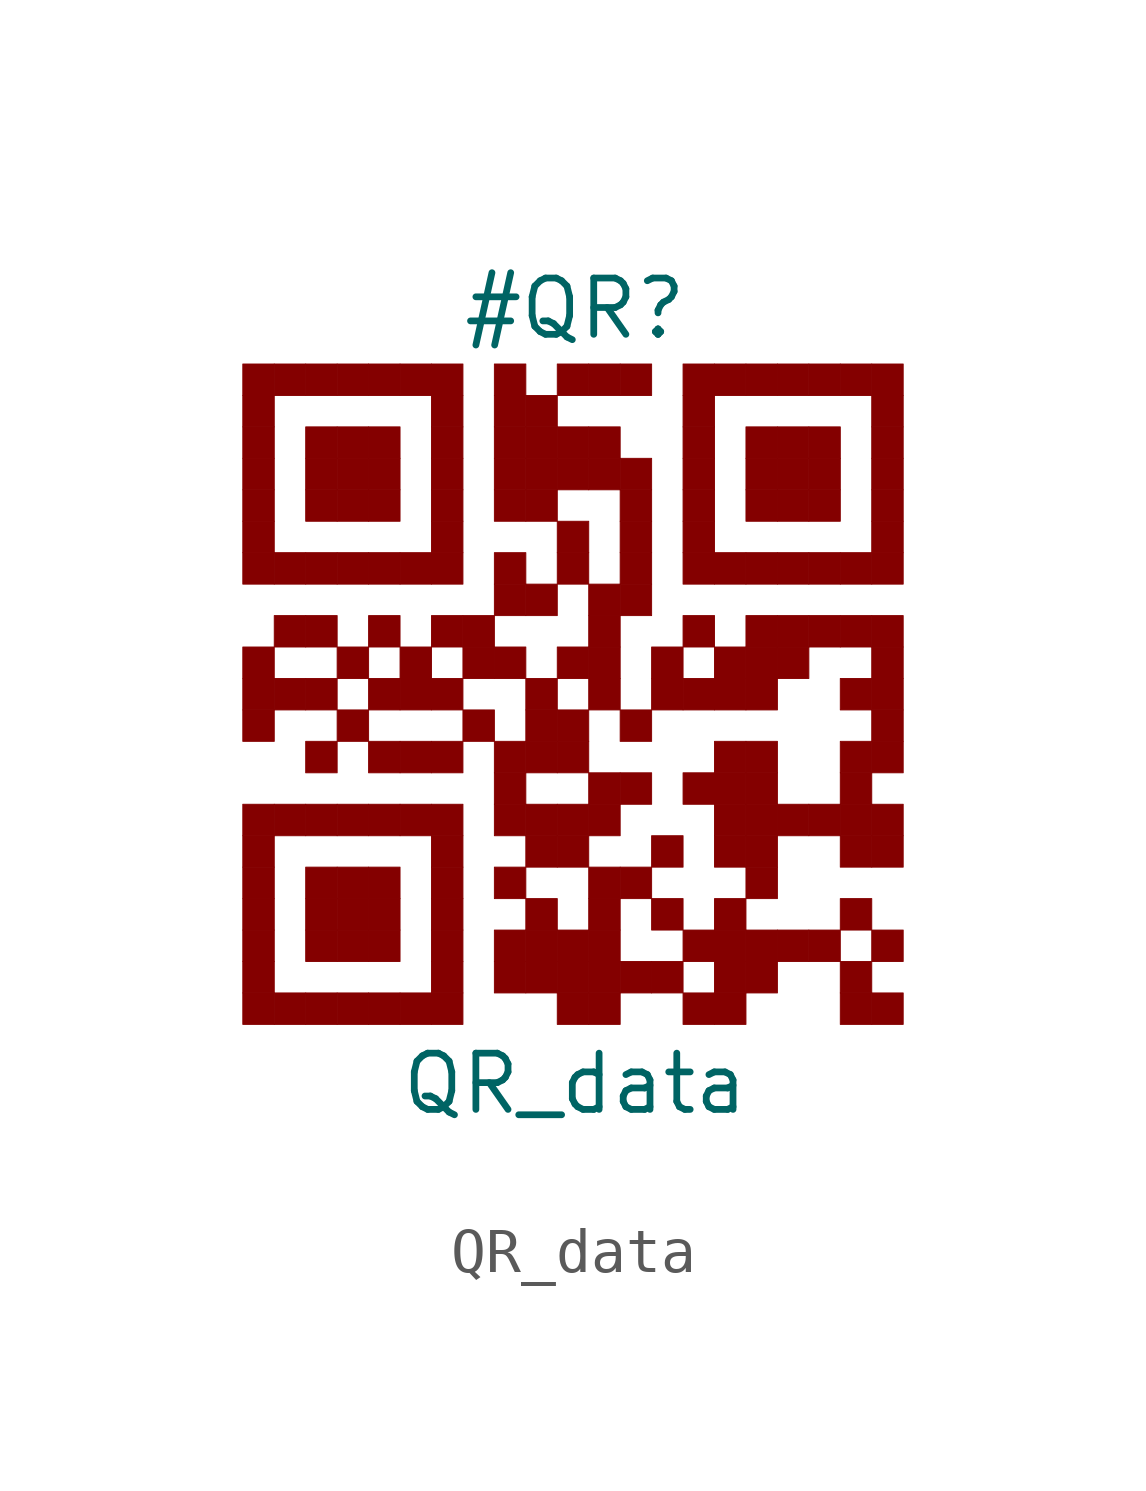
<source format=kicad_sym>
(kicad_symbol_lib
  (version 20211014)
  (generator kibot)
  (symbol "QR_data"
    (pin_numbers hide)
    (pin_names hide)
    (property "Reference" "#QR"
      (at 0 8.75 0)
      (effects (font (size 1.27 1.27))))
    (property "Value" "QR_data"
      (at 0 -8.75 0)
      (effects (font (size 1.27 1.27))))
    (rectangle
      (start -7.5 7.5)
      (end -6.79 6.79)
      (stroke (width 0.001) (type default))
      (fill (type outline)))
    (rectangle
      (start -6.79 7.5)
      (end -6.08 6.79)
      (stroke (width 0.001) (type default))
      (fill (type outline)))
    (rectangle
      (start -6.08 7.5)
      (end -5.37 6.79)
      (stroke (width 0.001) (type default))
      (fill (type outline)))
    (rectangle
      (start -5.37 7.5)
      (end -4.66 6.79)
      (stroke (width 0.001) (type default))
      (fill (type outline)))
    (rectangle
      (start -4.66 7.5)
      (end -3.95 6.79)
      (stroke (width 0.001) (type default))
      (fill (type outline)))
    (rectangle
      (start -3.95 7.5)
      (end -3.24 6.79)
      (stroke (width 0.001) (type default))
      (fill (type outline)))
    (rectangle
      (start -3.24 7.5)
      (end -2.53 6.79)
      (stroke (width 0.001) (type default))
      (fill (type outline)))
    (rectangle
      (start -1.82 7.5)
      (end -1.11 6.79)
      (stroke (width 0.001) (type default))
      (fill (type outline)))
    (rectangle
      (start -0.4 7.5)
      (end 0.31 6.79)
      (stroke (width 0.001) (type default))
      (fill (type outline)))
    (rectangle
      (start 0.31 7.5)
      (end 1.02 6.79)
      (stroke (width 0.001) (type default))
      (fill (type outline)))
    (rectangle
      (start 1.02 7.5)
      (end 1.73 6.79)
      (stroke (width 0.001) (type default))
      (fill (type outline)))
    (rectangle
      (start 2.44 7.5)
      (end 3.15 6.79)
      (stroke (width 0.001) (type default))
      (fill (type outline)))
    (rectangle
      (start 3.15 7.5)
      (end 3.86 6.79)
      (stroke (width 0.001) (type default))
      (fill (type outline)))
    (rectangle
      (start 3.86 7.5)
      (end 4.57 6.79)
      (stroke (width 0.001) (type default))
      (fill (type outline)))
    (rectangle
      (start 4.57 7.5)
      (end 5.28 6.79)
      (stroke (width 0.001) (type default))
      (fill (type outline)))
    (rectangle
      (start 5.28 7.5)
      (end 5.99 6.79)
      (stroke (width 0.001) (type default))
      (fill (type outline)))
    (rectangle
      (start 5.99 7.5)
      (end 6.7 6.79)
      (stroke (width 0.001) (type default))
      (fill (type outline)))
    (rectangle
      (start 6.7 7.5)
      (end 7.41 6.79)
      (stroke (width 0.001) (type default))
      (fill (type outline)))
    (rectangle
      (start -7.5 6.79)
      (end -6.79 6.08)
      (stroke (width 0.001) (type default))
      (fill (type outline)))
    (rectangle
      (start -3.24 6.79)
      (end -2.53 6.08)
      (stroke (width 0.001) (type default))
      (fill (type outline)))
    (rectangle
      (start -1.82 6.79)
      (end -1.11 6.08)
      (stroke (width 0.001) (type default))
      (fill (type outline)))
    (rectangle
      (start -1.11 6.79)
      (end -0.4 6.08)
      (stroke (width 0.001) (type default))
      (fill (type outline)))
    (rectangle
      (start 2.44 6.79)
      (end 3.15 6.08)
      (stroke (width 0.001) (type default))
      (fill (type outline)))
    (rectangle
      (start 6.7 6.79)
      (end 7.41 6.08)
      (stroke (width 0.001) (type default))
      (fill (type outline)))
    (rectangle
      (start -7.5 6.08)
      (end -6.79 5.37)
      (stroke (width 0.001) (type default))
      (fill (type outline)))
    (rectangle
      (start -6.08 6.08)
      (end -5.37 5.37)
      (stroke (width 0.001) (type default))
      (fill (type outline)))
    (rectangle
      (start -5.37 6.08)
      (end -4.66 5.37)
      (stroke (width 0.001) (type default))
      (fill (type outline)))
    (rectangle
      (start -4.66 6.08)
      (end -3.95 5.37)
      (stroke (width 0.001) (type default))
      (fill (type outline)))
    (rectangle
      (start -3.24 6.08)
      (end -2.53 5.37)
      (stroke (width 0.001) (type default))
      (fill (type outline)))
    (rectangle
      (start -1.82 6.08)
      (end -1.11 5.37)
      (stroke (width 0.001) (type default))
      (fill (type outline)))
    (rectangle
      (start -1.11 6.08)
      (end -0.4 5.37)
      (stroke (width 0.001) (type default))
      (fill (type outline)))
    (rectangle
      (start -0.4 6.08)
      (end 0.31 5.37)
      (stroke (width 0.001) (type default))
      (fill (type outline)))
    (rectangle
      (start 0.31 6.08)
      (end 1.02 5.37)
      (stroke (width 0.001) (type default))
      (fill (type outline)))
    (rectangle
      (start 2.44 6.08)
      (end 3.15 5.37)
      (stroke (width 0.001) (type default))
      (fill (type outline)))
    (rectangle
      (start 3.86 6.08)
      (end 4.57 5.37)
      (stroke (width 0.001) (type default))
      (fill (type outline)))
    (rectangle
      (start 4.57 6.08)
      (end 5.28 5.37)
      (stroke (width 0.001) (type default))
      (fill (type outline)))
    (rectangle
      (start 5.28 6.08)
      (end 5.99 5.37)
      (stroke (width 0.001) (type default))
      (fill (type outline)))
    (rectangle
      (start 6.7 6.08)
      (end 7.41 5.37)
      (stroke (width 0.001) (type default))
      (fill (type outline)))
    (rectangle
      (start -7.5 5.37)
      (end -6.79 4.66)
      (stroke (width 0.001) (type default))
      (fill (type outline)))
    (rectangle
      (start -6.08 5.37)
      (end -5.37 4.66)
      (stroke (width 0.001) (type default))
      (fill (type outline)))
    (rectangle
      (start -5.37 5.37)
      (end -4.66 4.66)
      (stroke (width 0.001) (type default))
      (fill (type outline)))
    (rectangle
      (start -4.66 5.37)
      (end -3.95 4.66)
      (stroke (width 0.001) (type default))
      (fill (type outline)))
    (rectangle
      (start -3.24 5.37)
      (end -2.53 4.66)
      (stroke (width 0.001) (type default))
      (fill (type outline)))
    (rectangle
      (start -1.82 5.37)
      (end -1.11 4.66)
      (stroke (width 0.001) (type default))
      (fill (type outline)))
    (rectangle
      (start -1.11 5.37)
      (end -0.4 4.66)
      (stroke (width 0.001) (type default))
      (fill (type outline)))
    (rectangle
      (start -0.4 5.37)
      (end 0.31 4.66)
      (stroke (width 0.001) (type default))
      (fill (type outline)))
    (rectangle
      (start 0.31 5.37)
      (end 1.02 4.66)
      (stroke (width 0.001) (type default))
      (fill (type outline)))
    (rectangle
      (start 1.02 5.37)
      (end 1.73 4.66)
      (stroke (width 0.001) (type default))
      (fill (type outline)))
    (rectangle
      (start 2.44 5.37)
      (end 3.15 4.66)
      (stroke (width 0.001) (type default))
      (fill (type outline)))
    (rectangle
      (start 3.86 5.37)
      (end 4.57 4.66)
      (stroke (width 0.001) (type default))
      (fill (type outline)))
    (rectangle
      (start 4.57 5.37)
      (end 5.28 4.66)
      (stroke (width 0.001) (type default))
      (fill (type outline)))
    (rectangle
      (start 5.28 5.37)
      (end 5.99 4.66)
      (stroke (width 0.001) (type default))
      (fill (type outline)))
    (rectangle
      (start 6.7 5.37)
      (end 7.41 4.66)
      (stroke (width 0.001) (type default))
      (fill (type outline)))
    (rectangle
      (start -7.5 4.66)
      (end -6.79 3.95)
      (stroke (width 0.001) (type default))
      (fill (type outline)))
    (rectangle
      (start -6.08 4.66)
      (end -5.37 3.95)
      (stroke (width 0.001) (type default))
      (fill (type outline)))
    (rectangle
      (start -5.37 4.66)
      (end -4.66 3.95)
      (stroke (width 0.001) (type default))
      (fill (type outline)))
    (rectangle
      (start -4.66 4.66)
      (end -3.95 3.95)
      (stroke (width 0.001) (type default))
      (fill (type outline)))
    (rectangle
      (start -3.24 4.66)
      (end -2.53 3.95)
      (stroke (width 0.001) (type default))
      (fill (type outline)))
    (rectangle
      (start -1.82 4.66)
      (end -1.11 3.95)
      (stroke (width 0.001) (type default))
      (fill (type outline)))
    (rectangle
      (start -1.11 4.66)
      (end -0.4 3.95)
      (stroke (width 0.001) (type default))
      (fill (type outline)))
    (rectangle
      (start 1.02 4.66)
      (end 1.73 3.95)
      (stroke (width 0.001) (type default))
      (fill (type outline)))
    (rectangle
      (start 2.44 4.66)
      (end 3.15 3.95)
      (stroke (width 0.001) (type default))
      (fill (type outline)))
    (rectangle
      (start 3.86 4.66)
      (end 4.57 3.95)
      (stroke (width 0.001) (type default))
      (fill (type outline)))
    (rectangle
      (start 4.57 4.66)
      (end 5.28 3.95)
      (stroke (width 0.001) (type default))
      (fill (type outline)))
    (rectangle
      (start 5.28 4.66)
      (end 5.99 3.95)
      (stroke (width 0.001) (type default))
      (fill (type outline)))
    (rectangle
      (start 6.7 4.66)
      (end 7.41 3.95)
      (stroke (width 0.001) (type default))
      (fill (type outline)))
    (rectangle
      (start -7.5 3.95)
      (end -6.79 3.24)
      (stroke (width 0.001) (type default))
      (fill (type outline)))
    (rectangle
      (start -3.24 3.95)
      (end -2.53 3.24)
      (stroke (width 0.001) (type default))
      (fill (type outline)))
    (rectangle
      (start -0.4 3.95)
      (end 0.31 3.24)
      (stroke (width 0.001) (type default))
      (fill (type outline)))
    (rectangle
      (start 1.02 3.95)
      (end 1.73 3.24)
      (stroke (width 0.001) (type default))
      (fill (type outline)))
    (rectangle
      (start 2.44 3.95)
      (end 3.15 3.24)
      (stroke (width 0.001) (type default))
      (fill (type outline)))
    (rectangle
      (start 6.7 3.95)
      (end 7.41 3.24)
      (stroke (width 0.001) (type default))
      (fill (type outline)))
    (rectangle
      (start -7.5 3.24)
      (end -6.79 2.53)
      (stroke (width 0.001) (type default))
      (fill (type outline)))
    (rectangle
      (start -6.79 3.24)
      (end -6.08 2.53)
      (stroke (width 0.001) (type default))
      (fill (type outline)))
    (rectangle
      (start -6.08 3.24)
      (end -5.37 2.53)
      (stroke (width 0.001) (type default))
      (fill (type outline)))
    (rectangle
      (start -5.37 3.24)
      (end -4.66 2.53)
      (stroke (width 0.001) (type default))
      (fill (type outline)))
    (rectangle
      (start -4.66 3.24)
      (end -3.95 2.53)
      (stroke (width 0.001) (type default))
      (fill (type outline)))
    (rectangle
      (start -3.95 3.24)
      (end -3.24 2.53)
      (stroke (width 0.001) (type default))
      (fill (type outline)))
    (rectangle
      (start -3.24 3.24)
      (end -2.53 2.53)
      (stroke (width 0.001) (type default))
      (fill (type outline)))
    (rectangle
      (start -1.82 3.24)
      (end -1.11 2.53)
      (stroke (width 0.001) (type default))
      (fill (type outline)))
    (rectangle
      (start -0.4 3.24)
      (end 0.31 2.53)
      (stroke (width 0.001) (type default))
      (fill (type outline)))
    (rectangle
      (start 1.02 3.24)
      (end 1.73 2.53)
      (stroke (width 0.001) (type default))
      (fill (type outline)))
    (rectangle
      (start 2.44 3.24)
      (end 3.15 2.53)
      (stroke (width 0.001) (type default))
      (fill (type outline)))
    (rectangle
      (start 3.15 3.24)
      (end 3.86 2.53)
      (stroke (width 0.001) (type default))
      (fill (type outline)))
    (rectangle
      (start 3.86 3.24)
      (end 4.57 2.53)
      (stroke (width 0.001) (type default))
      (fill (type outline)))
    (rectangle
      (start 4.57 3.24)
      (end 5.28 2.53)
      (stroke (width 0.001) (type default))
      (fill (type outline)))
    (rectangle
      (start 5.28 3.24)
      (end 5.99 2.53)
      (stroke (width 0.001) (type default))
      (fill (type outline)))
    (rectangle
      (start 5.99 3.24)
      (end 6.7 2.53)
      (stroke (width 0.001) (type default))
      (fill (type outline)))
    (rectangle
      (start 6.7 3.24)
      (end 7.41 2.53)
      (stroke (width 0.001) (type default))
      (fill (type outline)))
    (rectangle
      (start -1.82 2.53)
      (end -1.11 1.82)
      (stroke (width 0.001) (type default))
      (fill (type outline)))
    (rectangle
      (start -1.11 2.53)
      (end -0.4 1.82)
      (stroke (width 0.001) (type default))
      (fill (type outline)))
    (rectangle
      (start 0.31 2.53)
      (end 1.02 1.82)
      (stroke (width 0.001) (type default))
      (fill (type outline)))
    (rectangle
      (start 1.02 2.53)
      (end 1.73 1.82)
      (stroke (width 0.001) (type default))
      (fill (type outline)))
    (rectangle
      (start -6.79 1.82)
      (end -6.08 1.11)
      (stroke (width 0.001) (type default))
      (fill (type outline)))
    (rectangle
      (start -6.08 1.82)
      (end -5.37 1.11)
      (stroke (width 0.001) (type default))
      (fill (type outline)))
    (rectangle
      (start -4.66 1.82)
      (end -3.95 1.11)
      (stroke (width 0.001) (type default))
      (fill (type outline)))
    (rectangle
      (start -3.24 1.82)
      (end -2.53 1.11)
      (stroke (width 0.001) (type default))
      (fill (type outline)))
    (rectangle
      (start -2.53 1.82)
      (end -1.82 1.11)
      (stroke (width 0.001) (type default))
      (fill (type outline)))
    (rectangle
      (start 0.31 1.82)
      (end 1.02 1.11)
      (stroke (width 0.001) (type default))
      (fill (type outline)))
    (rectangle
      (start 2.44 1.82)
      (end 3.15 1.11)
      (stroke (width 0.001) (type default))
      (fill (type outline)))
    (rectangle
      (start 3.86 1.82)
      (end 4.57 1.11)
      (stroke (width 0.001) (type default))
      (fill (type outline)))
    (rectangle
      (start 4.57 1.82)
      (end 5.28 1.11)
      (stroke (width 0.001) (type default))
      (fill (type outline)))
    (rectangle
      (start 5.28 1.82)
      (end 5.99 1.11)
      (stroke (width 0.001) (type default))
      (fill (type outline)))
    (rectangle
      (start 5.99 1.82)
      (end 6.7 1.11)
      (stroke (width 0.001) (type default))
      (fill (type outline)))
    (rectangle
      (start 6.7 1.82)
      (end 7.41 1.11)
      (stroke (width 0.001) (type default))
      (fill (type outline)))
    (rectangle
      (start -7.5 1.11)
      (end -6.79 0.4)
      (stroke (width 0.001) (type default))
      (fill (type outline)))
    (rectangle
      (start -5.37 1.11)
      (end -4.66 0.4)
      (stroke (width 0.001) (type default))
      (fill (type outline)))
    (rectangle
      (start -3.95 1.11)
      (end -3.24 0.4)
      (stroke (width 0.001) (type default))
      (fill (type outline)))
    (rectangle
      (start -2.53 1.11)
      (end -1.82 0.4)
      (stroke (width 0.001) (type default))
      (fill (type outline)))
    (rectangle
      (start -1.82 1.11)
      (end -1.11 0.4)
      (stroke (width 0.001) (type default))
      (fill (type outline)))
    (rectangle
      (start -0.4 1.11)
      (end 0.31 0.4)
      (stroke (width 0.001) (type default))
      (fill (type outline)))
    (rectangle
      (start 0.31 1.11)
      (end 1.02 0.4)
      (stroke (width 0.001) (type default))
      (fill (type outline)))
    (rectangle
      (start 1.73 1.11)
      (end 2.44 0.4)
      (stroke (width 0.001) (type default))
      (fill (type outline)))
    (rectangle
      (start 3.15 1.11)
      (end 3.86 0.4)
      (stroke (width 0.001) (type default))
      (fill (type outline)))
    (rectangle
      (start 3.86 1.11)
      (end 4.57 0.4)
      (stroke (width 0.001) (type default))
      (fill (type outline)))
    (rectangle
      (start 4.57 1.11)
      (end 5.28 0.4)
      (stroke (width 0.001) (type default))
      (fill (type outline)))
    (rectangle
      (start 6.7 1.11)
      (end 7.41 0.4)
      (stroke (width 0.001) (type default))
      (fill (type outline)))
    (rectangle
      (start -7.5 0.4)
      (end -6.79 -0.31)
      (stroke (width 0.001) (type default))
      (fill (type outline)))
    (rectangle
      (start -6.79 0.4)
      (end -6.08 -0.31)
      (stroke (width 0.001) (type default))
      (fill (type outline)))
    (rectangle
      (start -6.08 0.4)
      (end -5.37 -0.31)
      (stroke (width 0.001) (type default))
      (fill (type outline)))
    (rectangle
      (start -4.66 0.4)
      (end -3.95 -0.31)
      (stroke (width 0.001) (type default))
      (fill (type outline)))
    (rectangle
      (start -3.95 0.4)
      (end -3.24 -0.31)
      (stroke (width 0.001) (type default))
      (fill (type outline)))
    (rectangle
      (start -3.24 0.4)
      (end -2.53 -0.31)
      (stroke (width 0.001) (type default))
      (fill (type outline)))
    (rectangle
      (start -1.11 0.4)
      (end -0.4 -0.31)
      (stroke (width 0.001) (type default))
      (fill (type outline)))
    (rectangle
      (start 0.31 0.4)
      (end 1.02 -0.31)
      (stroke (width 0.001) (type default))
      (fill (type outline)))
    (rectangle
      (start 1.73 0.4)
      (end 2.44 -0.31)
      (stroke (width 0.001) (type default))
      (fill (type outline)))
    (rectangle
      (start 2.44 0.4)
      (end 3.15 -0.31)
      (stroke (width 0.001) (type default))
      (fill (type outline)))
    (rectangle
      (start 3.15 0.4)
      (end 3.86 -0.31)
      (stroke (width 0.001) (type default))
      (fill (type outline)))
    (rectangle
      (start 3.86 0.4)
      (end 4.57 -0.31)
      (stroke (width 0.001) (type default))
      (fill (type outline)))
    (rectangle
      (start 5.99 0.4)
      (end 6.7 -0.31)
      (stroke (width 0.001) (type default))
      (fill (type outline)))
    (rectangle
      (start 6.7 0.4)
      (end 7.41 -0.31)
      (stroke (width 0.001) (type default))
      (fill (type outline)))
    (rectangle
      (start -7.5 -0.31)
      (end -6.79 -1.02)
      (stroke (width 0.001) (type default))
      (fill (type outline)))
    (rectangle
      (start -5.37 -0.31)
      (end -4.66 -1.02)
      (stroke (width 0.001) (type default))
      (fill (type outline)))
    (rectangle
      (start -2.53 -0.31)
      (end -1.82 -1.02)
      (stroke (width 0.001) (type default))
      (fill (type outline)))
    (rectangle
      (start -1.11 -0.31)
      (end -0.4 -1.02)
      (stroke (width 0.001) (type default))
      (fill (type outline)))
    (rectangle
      (start -0.4 -0.31)
      (end 0.31 -1.02)
      (stroke (width 0.001) (type default))
      (fill (type outline)))
    (rectangle
      (start 1.02 -0.31)
      (end 1.73 -1.02)
      (stroke (width 0.001) (type default))
      (fill (type outline)))
    (rectangle
      (start 6.7 -0.31)
      (end 7.41 -1.02)
      (stroke (width 0.001) (type default))
      (fill (type outline)))
    (rectangle
      (start -6.08 -1.02)
      (end -5.37 -1.73)
      (stroke (width 0.001) (type default))
      (fill (type outline)))
    (rectangle
      (start -4.66 -1.02)
      (end -3.95 -1.73)
      (stroke (width 0.001) (type default))
      (fill (type outline)))
    (rectangle
      (start -3.95 -1.02)
      (end -3.24 -1.73)
      (stroke (width 0.001) (type default))
      (fill (type outline)))
    (rectangle
      (start -3.24 -1.02)
      (end -2.53 -1.73)
      (stroke (width 0.001) (type default))
      (fill (type outline)))
    (rectangle
      (start -1.82 -1.02)
      (end -1.11 -1.73)
      (stroke (width 0.001) (type default))
      (fill (type outline)))
    (rectangle
      (start -1.11 -1.02)
      (end -0.4 -1.73)
      (stroke (width 0.001) (type default))
      (fill (type outline)))
    (rectangle
      (start -0.4 -1.02)
      (end 0.31 -1.73)
      (stroke (width 0.001) (type default))
      (fill (type outline)))
    (rectangle
      (start 3.15 -1.02)
      (end 3.86 -1.73)
      (stroke (width 0.001) (type default))
      (fill (type outline)))
    (rectangle
      (start 3.86 -1.02)
      (end 4.57 -1.73)
      (stroke (width 0.001) (type default))
      (fill (type outline)))
    (rectangle
      (start 5.99 -1.02)
      (end 6.7 -1.73)
      (stroke (width 0.001) (type default))
      (fill (type outline)))
    (rectangle
      (start 6.7 -1.02)
      (end 7.41 -1.73)
      (stroke (width 0.001) (type default))
      (fill (type outline)))
    (rectangle
      (start -1.82 -1.73)
      (end -1.11 -2.44)
      (stroke (width 0.001) (type default))
      (fill (type outline)))
    (rectangle
      (start 0.31 -1.73)
      (end 1.02 -2.44)
      (stroke (width 0.001) (type default))
      (fill (type outline)))
    (rectangle
      (start 1.02 -1.73)
      (end 1.73 -2.44)
      (stroke (width 0.001) (type default))
      (fill (type outline)))
    (rectangle
      (start 2.44 -1.73)
      (end 3.15 -2.44)
      (stroke (width 0.001) (type default))
      (fill (type outline)))
    (rectangle
      (start 3.15 -1.73)
      (end 3.86 -2.44)
      (stroke (width 0.001) (type default))
      (fill (type outline)))
    (rectangle
      (start 3.86 -1.73)
      (end 4.57 -2.44)
      (stroke (width 0.001) (type default))
      (fill (type outline)))
    (rectangle
      (start 5.99 -1.73)
      (end 6.7 -2.44)
      (stroke (width 0.001) (type default))
      (fill (type outline)))
    (rectangle
      (start -7.5 -2.44)
      (end -6.79 -3.15)
      (stroke (width 0.001) (type default))
      (fill (type outline)))
    (rectangle
      (start -6.79 -2.44)
      (end -6.08 -3.15)
      (stroke (width 0.001) (type default))
      (fill (type outline)))
    (rectangle
      (start -6.08 -2.44)
      (end -5.37 -3.15)
      (stroke (width 0.001) (type default))
      (fill (type outline)))
    (rectangle
      (start -5.37 -2.44)
      (end -4.66 -3.15)
      (stroke (width 0.001) (type default))
      (fill (type outline)))
    (rectangle
      (start -4.66 -2.44)
      (end -3.95 -3.15)
      (stroke (width 0.001) (type default))
      (fill (type outline)))
    (rectangle
      (start -3.95 -2.44)
      (end -3.24 -3.15)
      (stroke (width 0.001) (type default))
      (fill (type outline)))
    (rectangle
      (start -3.24 -2.44)
      (end -2.53 -3.15)
      (stroke (width 0.001) (type default))
      (fill (type outline)))
    (rectangle
      (start -1.82 -2.44)
      (end -1.11 -3.15)
      (stroke (width 0.001) (type default))
      (fill (type outline)))
    (rectangle
      (start -1.11 -2.44)
      (end -0.4 -3.15)
      (stroke (width 0.001) (type default))
      (fill (type outline)))
    (rectangle
      (start -0.4 -2.44)
      (end 0.31 -3.15)
      (stroke (width 0.001) (type default))
      (fill (type outline)))
    (rectangle
      (start 0.31 -2.44)
      (end 1.02 -3.15)
      (stroke (width 0.001) (type default))
      (fill (type outline)))
    (rectangle
      (start 3.15 -2.44)
      (end 3.86 -3.15)
      (stroke (width 0.001) (type default))
      (fill (type outline)))
    (rectangle
      (start 3.86 -2.44)
      (end 4.57 -3.15)
      (stroke (width 0.001) (type default))
      (fill (type outline)))
    (rectangle
      (start 4.57 -2.44)
      (end 5.28 -3.15)
      (stroke (width 0.001) (type default))
      (fill (type outline)))
    (rectangle
      (start 5.28 -2.44)
      (end 5.99 -3.15)
      (stroke (width 0.001) (type default))
      (fill (type outline)))
    (rectangle
      (start 5.99 -2.44)
      (end 6.7 -3.15)
      (stroke (width 0.001) (type default))
      (fill (type outline)))
    (rectangle
      (start 6.7 -2.44)
      (end 7.41 -3.15)
      (stroke (width 0.001) (type default))
      (fill (type outline)))
    (rectangle
      (start -7.5 -3.15)
      (end -6.79 -3.86)
      (stroke (width 0.001) (type default))
      (fill (type outline)))
    (rectangle
      (start -3.24 -3.15)
      (end -2.53 -3.86)
      (stroke (width 0.001) (type default))
      (fill (type outline)))
    (rectangle
      (start -1.11 -3.15)
      (end -0.4 -3.86)
      (stroke (width 0.001) (type default))
      (fill (type outline)))
    (rectangle
      (start -0.4 -3.15)
      (end 0.31 -3.86)
      (stroke (width 0.001) (type default))
      (fill (type outline)))
    (rectangle
      (start 1.73 -3.15)
      (end 2.44 -3.86)
      (stroke (width 0.001) (type default))
      (fill (type outline)))
    (rectangle
      (start 3.15 -3.15)
      (end 3.86 -3.86)
      (stroke (width 0.001) (type default))
      (fill (type outline)))
    (rectangle
      (start 3.86 -3.15)
      (end 4.57 -3.86)
      (stroke (width 0.001) (type default))
      (fill (type outline)))
    (rectangle
      (start 5.99 -3.15)
      (end 6.7 -3.86)
      (stroke (width 0.001) (type default))
      (fill (type outline)))
    (rectangle
      (start 6.7 -3.15)
      (end 7.41 -3.86)
      (stroke (width 0.001) (type default))
      (fill (type outline)))
    (rectangle
      (start -7.5 -3.86)
      (end -6.79 -4.57)
      (stroke (width 0.001) (type default))
      (fill (type outline)))
    (rectangle
      (start -6.08 -3.86)
      (end -5.37 -4.57)
      (stroke (width 0.001) (type default))
      (fill (type outline)))
    (rectangle
      (start -5.37 -3.86)
      (end -4.66 -4.57)
      (stroke (width 0.001) (type default))
      (fill (type outline)))
    (rectangle
      (start -4.66 -3.86)
      (end -3.95 -4.57)
      (stroke (width 0.001) (type default))
      (fill (type outline)))
    (rectangle
      (start -3.24 -3.86)
      (end -2.53 -4.57)
      (stroke (width 0.001) (type default))
      (fill (type outline)))
    (rectangle
      (start -1.82 -3.86)
      (end -1.11 -4.57)
      (stroke (width 0.001) (type default))
      (fill (type outline)))
    (rectangle
      (start 0.31 -3.86)
      (end 1.02 -4.57)
      (stroke (width 0.001) (type default))
      (fill (type outline)))
    (rectangle
      (start 1.02 -3.86)
      (end 1.73 -4.57)
      (stroke (width 0.001) (type default))
      (fill (type outline)))
    (rectangle
      (start 3.86 -3.86)
      (end 4.57 -4.57)
      (stroke (width 0.001) (type default))
      (fill (type outline)))
    (rectangle
      (start -7.5 -4.57)
      (end -6.79 -5.28)
      (stroke (width 0.001) (type default))
      (fill (type outline)))
    (rectangle
      (start -6.08 -4.57)
      (end -5.37 -5.28)
      (stroke (width 0.001) (type default))
      (fill (type outline)))
    (rectangle
      (start -5.37 -4.57)
      (end -4.66 -5.28)
      (stroke (width 0.001) (type default))
      (fill (type outline)))
    (rectangle
      (start -4.66 -4.57)
      (end -3.95 -5.28)
      (stroke (width 0.001) (type default))
      (fill (type outline)))
    (rectangle
      (start -3.24 -4.57)
      (end -2.53 -5.28)
      (stroke (width 0.001) (type default))
      (fill (type outline)))
    (rectangle
      (start -1.11 -4.57)
      (end -0.4 -5.28)
      (stroke (width 0.001) (type default))
      (fill (type outline)))
    (rectangle
      (start 0.31 -4.57)
      (end 1.02 -5.28)
      (stroke (width 0.001) (type default))
      (fill (type outline)))
    (rectangle
      (start 1.73 -4.57)
      (end 2.44 -5.28)
      (stroke (width 0.001) (type default))
      (fill (type outline)))
    (rectangle
      (start 3.15 -4.57)
      (end 3.86 -5.28)
      (stroke (width 0.001) (type default))
      (fill (type outline)))
    (rectangle
      (start 5.99 -4.57)
      (end 6.7 -5.28)
      (stroke (width 0.001) (type default))
      (fill (type outline)))
    (rectangle
      (start -7.5 -5.28)
      (end -6.79 -5.99)
      (stroke (width 0.001) (type default))
      (fill (type outline)))
    (rectangle
      (start -6.08 -5.28)
      (end -5.37 -5.99)
      (stroke (width 0.001) (type default))
      (fill (type outline)))
    (rectangle
      (start -5.37 -5.28)
      (end -4.66 -5.99)
      (stroke (width 0.001) (type default))
      (fill (type outline)))
    (rectangle
      (start -4.66 -5.28)
      (end -3.95 -5.99)
      (stroke (width 0.001) (type default))
      (fill (type outline)))
    (rectangle
      (start -3.24 -5.28)
      (end -2.53 -5.99)
      (stroke (width 0.001) (type default))
      (fill (type outline)))
    (rectangle
      (start -1.82 -5.28)
      (end -1.11 -5.99)
      (stroke (width 0.001) (type default))
      (fill (type outline)))
    (rectangle
      (start -1.11 -5.28)
      (end -0.4 -5.99)
      (stroke (width 0.001) (type default))
      (fill (type outline)))
    (rectangle
      (start -0.4 -5.28)
      (end 0.31 -5.99)
      (stroke (width 0.001) (type default))
      (fill (type outline)))
    (rectangle
      (start 0.31 -5.28)
      (end 1.02 -5.99)
      (stroke (width 0.001) (type default))
      (fill (type outline)))
    (rectangle
      (start 2.44 -5.28)
      (end 3.15 -5.99)
      (stroke (width 0.001) (type default))
      (fill (type outline)))
    (rectangle
      (start 3.15 -5.28)
      (end 3.86 -5.99)
      (stroke (width 0.001) (type default))
      (fill (type outline)))
    (rectangle
      (start 3.86 -5.28)
      (end 4.57 -5.99)
      (stroke (width 0.001) (type default))
      (fill (type outline)))
    (rectangle
      (start 4.57 -5.28)
      (end 5.28 -5.99)
      (stroke (width 0.001) (type default))
      (fill (type outline)))
    (rectangle
      (start 5.28 -5.28)
      (end 5.99 -5.99)
      (stroke (width 0.001) (type default))
      (fill (type outline)))
    (rectangle
      (start 6.7 -5.28)
      (end 7.41 -5.99)
      (stroke (width 0.001) (type default))
      (fill (type outline)))
    (rectangle
      (start -7.5 -5.99)
      (end -6.79 -6.7)
      (stroke (width 0.001) (type default))
      (fill (type outline)))
    (rectangle
      (start -3.24 -5.99)
      (end -2.53 -6.7)
      (stroke (width 0.001) (type default))
      (fill (type outline)))
    (rectangle
      (start -1.82 -5.99)
      (end -1.11 -6.7)
      (stroke (width 0.001) (type default))
      (fill (type outline)))
    (rectangle
      (start -1.11 -5.99)
      (end -0.4 -6.7)
      (stroke (width 0.001) (type default))
      (fill (type outline)))
    (rectangle
      (start -0.4 -5.99)
      (end 0.31 -6.7)
      (stroke (width 0.001) (type default))
      (fill (type outline)))
    (rectangle
      (start 0.31 -5.99)
      (end 1.02 -6.7)
      (stroke (width 0.001) (type default))
      (fill (type outline)))
    (rectangle
      (start 1.02 -5.99)
      (end 1.73 -6.7)
      (stroke (width 0.001) (type default))
      (fill (type outline)))
    (rectangle
      (start 1.73 -5.99)
      (end 2.44 -6.7)
      (stroke (width 0.001) (type default))
      (fill (type outline)))
    (rectangle
      (start 3.15 -5.99)
      (end 3.86 -6.7)
      (stroke (width 0.001) (type default))
      (fill (type outline)))
    (rectangle
      (start 3.86 -5.99)
      (end 4.57 -6.7)
      (stroke (width 0.001) (type default))
      (fill (type outline)))
    (rectangle
      (start 5.99 -5.99)
      (end 6.7 -6.7)
      (stroke (width 0.001) (type default))
      (fill (type outline)))
    (rectangle
      (start -7.5 -6.7)
      (end -6.79 -7.41)
      (stroke (width 0.001) (type default))
      (fill (type outline)))
    (rectangle
      (start -6.79 -6.7)
      (end -6.08 -7.41)
      (stroke (width 0.001) (type default))
      (fill (type outline)))
    (rectangle
      (start -6.08 -6.7)
      (end -5.37 -7.41)
      (stroke (width 0.001) (type default))
      (fill (type outline)))
    (rectangle
      (start -5.37 -6.7)
      (end -4.66 -7.41)
      (stroke (width 0.001) (type default))
      (fill (type outline)))
    (rectangle
      (start -4.66 -6.7)
      (end -3.95 -7.41)
      (stroke (width 0.001) (type default))
      (fill (type outline)))
    (rectangle
      (start -3.95 -6.7)
      (end -3.24 -7.41)
      (stroke (width 0.001) (type default))
      (fill (type outline)))
    (rectangle
      (start -3.24 -6.7)
      (end -2.53 -7.41)
      (stroke (width 0.001) (type default))
      (fill (type outline)))
    (rectangle
      (start -0.4 -6.7)
      (end 0.31 -7.41)
      (stroke (width 0.001) (type default))
      (fill (type outline)))
    (rectangle
      (start 0.31 -6.7)
      (end 1.02 -7.41)
      (stroke (width 0.001) (type default))
      (fill (type outline)))
    (rectangle
      (start 2.44 -6.7)
      (end 3.15 -7.41)
      (stroke (width 0.001) (type default))
      (fill (type outline)))
    (rectangle
      (start 3.15 -6.7)
      (end 3.86 -7.41)
      (stroke (width 0.001) (type default))
      (fill (type outline)))
    (rectangle
      (start 5.99 -6.7)
      (end 6.7 -7.41)
      (stroke (width 0.001) (type default))
      (fill (type outline)))
    (rectangle
      (start 6.7 -6.7)
      (end 7.41 -7.41)
      (stroke (width 0.001) (type default))
      (fill (type outline)))))
</source>
